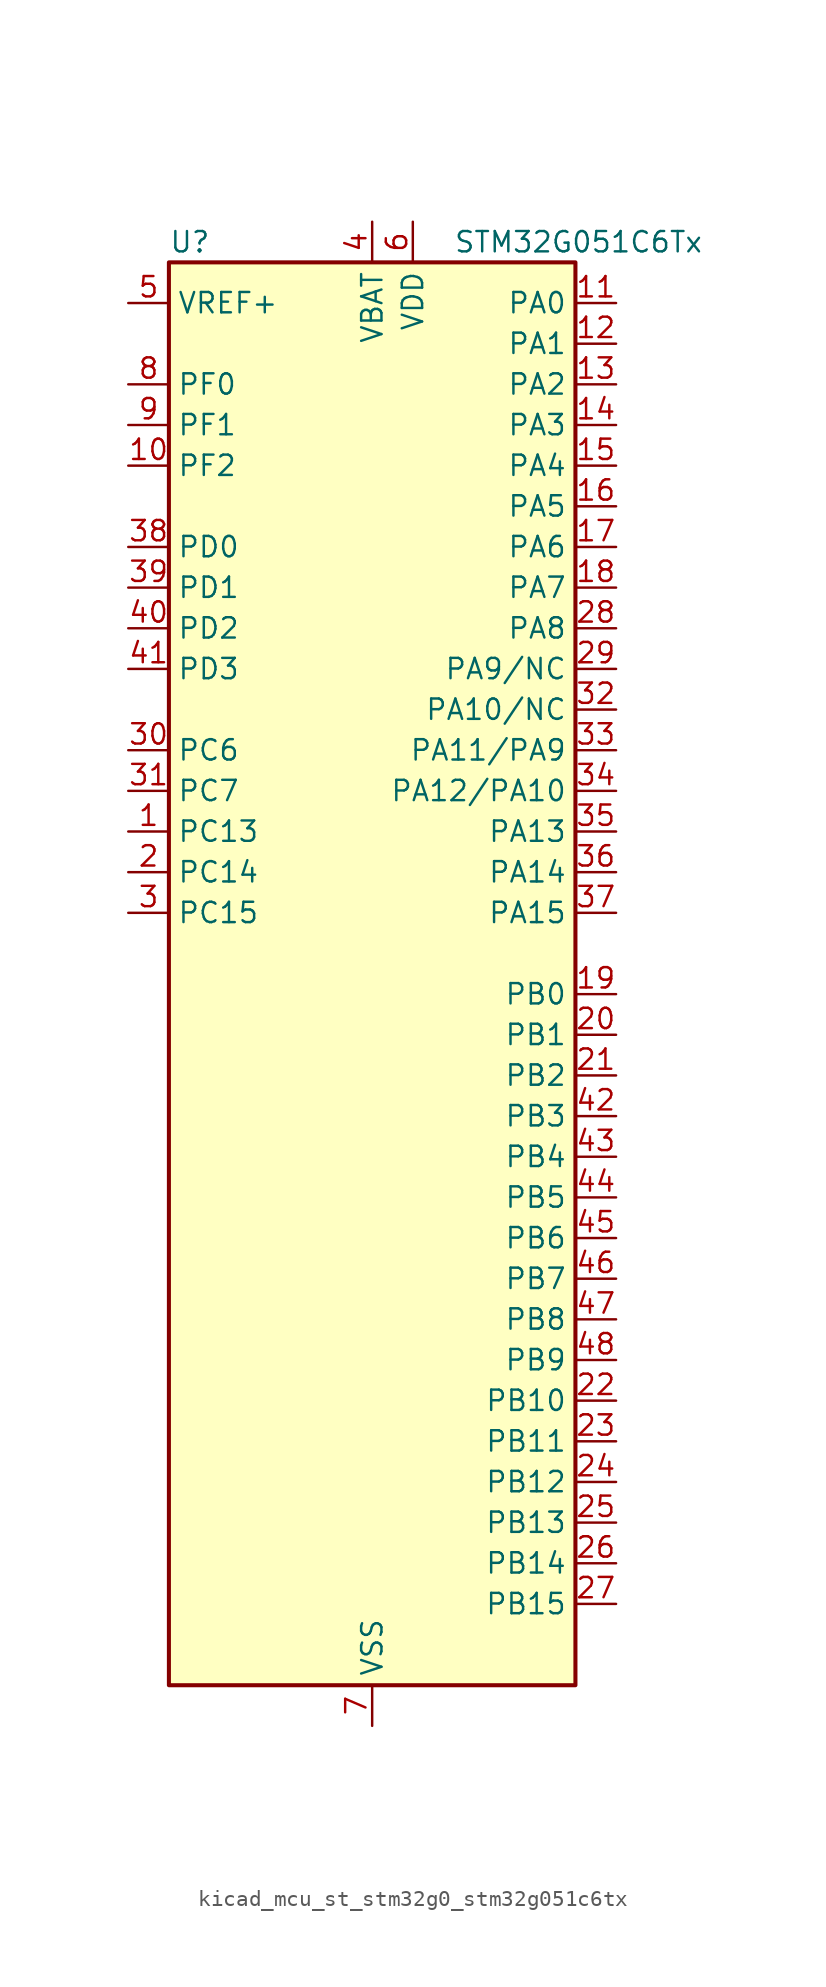
<source format=kicad_sym>
(kicad_symbol_lib
  (version 20220914)
  (generator kicad_symbol_editor)
  (symbol "kicad_mcu_st_stm32g0_stm32g051c6tx"
    (property "Reference" "U"
      (at -12.7 46.99 0)
      (effects (font (size 1.27 1.27)) (justify left)))
    (property "Value" "STM32G051C6Tx"
      (at 5.08 46.99 0)
      (effects (font (size 1.27 1.27)) (justify left)))
    (property "ki_locked" ""
      (at 0 0 0)
      (effects (font (size 1.27 1.27))))
    (symbol "kicad_mcu_st_stm32g0_stm32g051c6tx_0_1"
      (rectangle (start -12.7 -43.18) (end 12.7 45.72) (stroke (width 0.254) (type default)) (fill (type background))))
    (symbol "kicad_mcu_st_stm32g0_stm32g051c6tx_1_1"
      (pin bidirectional line (at -15.24 10.16 0) (length 2.54) (name "PC13" (effects (font (size 1.27 1.27)))) (number "1" (effects (font (size 1.27 1.27)))) (alternate "RTC_OUT1" bidirectional line) (alternate "RTC_TAMP_IN1" bidirectional line) (alternate "RTC_TS" bidirectional line) (alternate "SYS_WKUP2" bidirectional line) (alternate "TIM1_BK" bidirectional line))
      (pin bidirectional line (at -15.24 33.02 0) (length 2.54) (name "PF2" (effects (font (size 1.27 1.27)))) (number "10" (effects (font (size 1.27 1.27)))) (alternate "RCC_MCO" bidirectional line))
      (pin bidirectional line (at 15.24 43.18 180) (length 2.54) (name "PA0" (effects (font (size 1.27 1.27)))) (number "11" (effects (font (size 1.27 1.27)))) (alternate "ADC1_IN0" bidirectional line) (alternate "COMP1_INM" bidirectional line) (alternate "COMP1_OUT" bidirectional line) (alternate "LPTIM1_OUT" bidirectional line) (alternate "RTC_TAMP_IN2" bidirectional line) (alternate "SPI2_SCK" bidirectional line) (alternate "SYS_WKUP1" bidirectional line) (alternate "TIM2_CH1" bidirectional line) (alternate "TIM2_ETR" bidirectional line) (alternate "USART2_CTS" bidirectional line) (alternate "USART2_NSS" bidirectional line))
      (pin bidirectional line (at 15.24 40.64 180) (length 2.54) (name "PA1" (effects (font (size 1.27 1.27)))) (number "12" (effects (font (size 1.27 1.27)))) (alternate "ADC1_IN1" bidirectional line) (alternate "COMP1_INP" bidirectional line) (alternate "I2C1_SMBA" bidirectional line) (alternate "I2S1_CK" bidirectional line) (alternate "SPI1_SCK" bidirectional line) (alternate "TIM15_CH1N" bidirectional line) (alternate "TIM2_CH2" bidirectional line) (alternate "USART2_CK" bidirectional line) (alternate "USART2_DE" bidirectional line) (alternate "USART2_RTS" bidirectional line))
      (pin bidirectional line (at 15.24 38.1 180) (length 2.54) (name "PA2" (effects (font (size 1.27 1.27)))) (number "13" (effects (font (size 1.27 1.27)))) (alternate "ADC1_IN2" bidirectional line) (alternate "COMP2_INM" bidirectional line) (alternate "COMP2_OUT" bidirectional line) (alternate "I2S1_SD" bidirectional line) (alternate "LPUART1_TX" bidirectional line) (alternate "RCC_LSCO" bidirectional line) (alternate "SPI1_MOSI" bidirectional line) (alternate "SYS_WKUP4" bidirectional line) (alternate "TIM15_CH1" bidirectional line) (alternate "TIM2_CH3" bidirectional line) (alternate "USART2_TX" bidirectional line))
      (pin bidirectional line (at 15.24 35.56 180) (length 2.54) (name "PA3" (effects (font (size 1.27 1.27)))) (number "14" (effects (font (size 1.27 1.27)))) (alternate "ADC1_IN3" bidirectional line) (alternate "COMP2_INP" bidirectional line) (alternate "LPUART1_RX" bidirectional line) (alternate "SPI2_MISO" bidirectional line) (alternate "TIM15_CH2" bidirectional line) (alternate "TIM2_CH4" bidirectional line) (alternate "USART2_RX" bidirectional line))
      (pin bidirectional line (at 15.24 33.02 180) (length 2.54) (name "PA4" (effects (font (size 1.27 1.27)))) (number "15" (effects (font (size 1.27 1.27)))) (alternate "ADC1_IN4" bidirectional line) (alternate "DAC1_OUT1" bidirectional line) (alternate "I2S1_WS" bidirectional line) (alternate "LPTIM2_OUT" bidirectional line) (alternate "RTC_OUT2" bidirectional line) (alternate "SPI1_NSS" bidirectional line) (alternate "SPI2_MOSI" bidirectional line) (alternate "TIM14_CH1" bidirectional line))
      (pin bidirectional line (at 15.24 30.48 180) (length 2.54) (name "PA5" (effects (font (size 1.27 1.27)))) (number "16" (effects (font (size 1.27 1.27)))) (alternate "ADC1_IN5" bidirectional line) (alternate "DAC1_OUT2" bidirectional line) (alternate "I2S1_CK" bidirectional line) (alternate "LPTIM2_ETR" bidirectional line) (alternate "SPI1_SCK" bidirectional line) (alternate "TIM2_CH1" bidirectional line) (alternate "TIM2_ETR" bidirectional line))
      (pin bidirectional line (at 15.24 27.94 180) (length 2.54) (name "PA6" (effects (font (size 1.27 1.27)))) (number "17" (effects (font (size 1.27 1.27)))) (alternate "ADC1_IN6" bidirectional line) (alternate "COMP1_OUT" bidirectional line) (alternate "I2S1_MCK" bidirectional line) (alternate "LPUART1_CTS" bidirectional line) (alternate "SPI1_MISO" bidirectional line) (alternate "TIM16_CH1" bidirectional line) (alternate "TIM1_BK" bidirectional line) (alternate "TIM3_CH1" bidirectional line))
      (pin bidirectional line (at 15.24 25.4 180) (length 2.54) (name "PA7" (effects (font (size 1.27 1.27)))) (number "18" (effects (font (size 1.27 1.27)))) (alternate "ADC1_IN7" bidirectional line) (alternate "COMP2_OUT" bidirectional line) (alternate "I2S1_SD" bidirectional line) (alternate "SPI1_MOSI" bidirectional line) (alternate "TIM14_CH1" bidirectional line) (alternate "TIM17_CH1" bidirectional line) (alternate "TIM1_CH1N" bidirectional line) (alternate "TIM3_CH2" bidirectional line))
      (pin bidirectional line (at 15.24 0 180) (length 2.54) (name "PB0" (effects (font (size 1.27 1.27)))) (number "19" (effects (font (size 1.27 1.27)))) (alternate "ADC1_IN8" bidirectional line) (alternate "COMP1_OUT" bidirectional line) (alternate "I2S1_WS" bidirectional line) (alternate "LPTIM1_OUT" bidirectional line) (alternate "SPI1_NSS" bidirectional line) (alternate "TIM1_CH2N" bidirectional line) (alternate "TIM3_CH3" bidirectional line))
      (pin bidirectional line (at -15.24 7.62 0) (length 2.54) (name "PC14" (effects (font (size 1.27 1.27)))) (number "2" (effects (font (size 1.27 1.27)))) (alternate "RCC_OSC32_IN" bidirectional line) (alternate "TIM1_BK2" bidirectional line))
      (pin bidirectional line (at 15.24 -2.54 180) (length 2.54) (name "PB1" (effects (font (size 1.27 1.27)))) (number "20" (effects (font (size 1.27 1.27)))) (alternate "ADC1_IN9" bidirectional line) (alternate "COMP1_INM" bidirectional line) (alternate "LPTIM2_IN1" bidirectional line) (alternate "LPUART1_DE" bidirectional line) (alternate "LPUART1_RTS" bidirectional line) (alternate "TIM14_CH1" bidirectional line) (alternate "TIM1_CH3N" bidirectional line) (alternate "TIM3_CH4" bidirectional line))
      (pin bidirectional line (at 15.24 -5.08 180) (length 2.54) (name "PB2" (effects (font (size 1.27 1.27)))) (number "21" (effects (font (size 1.27 1.27)))) (alternate "ADC1_IN10" bidirectional line) (alternate "COMP1_INP" bidirectional line) (alternate "LPTIM1_OUT" bidirectional line) (alternate "SPI2_MISO" bidirectional line))
      (pin bidirectional line (at 15.24 -25.4 180) (length 2.54) (name "PB10" (effects (font (size 1.27 1.27)))) (number "22" (effects (font (size 1.27 1.27)))) (alternate "ADC1_IN11" bidirectional line) (alternate "COMP1_OUT" bidirectional line) (alternate "I2C2_SCL" bidirectional line) (alternate "LPUART1_RX" bidirectional line) (alternate "SPI2_SCK" bidirectional line) (alternate "TIM2_CH3" bidirectional line))
      (pin bidirectional line (at 15.24 -27.94 180) (length 2.54) (name "PB11" (effects (font (size 1.27 1.27)))) (number "23" (effects (font (size 1.27 1.27)))) (alternate "ADC1_EXTI11" bidirectional line) (alternate "ADC1_IN15" bidirectional line) (alternate "COMP2_OUT" bidirectional line) (alternate "I2C2_SDA" bidirectional line) (alternate "LPUART1_TX" bidirectional line) (alternate "SPI2_MOSI" bidirectional line) (alternate "TIM2_CH4" bidirectional line))
      (pin bidirectional line (at 15.24 -30.48 180) (length 2.54) (name "PB12" (effects (font (size 1.27 1.27)))) (number "24" (effects (font (size 1.27 1.27)))) (alternate "ADC1_IN16" bidirectional line) (alternate "LPUART1_DE" bidirectional line) (alternate "LPUART1_RTS" bidirectional line) (alternate "SPI2_NSS" bidirectional line) (alternate "TIM15_BK" bidirectional line) (alternate "TIM1_BK" bidirectional line))
      (pin bidirectional line (at 15.24 -33.02 180) (length 2.54) (name "PB13" (effects (font (size 1.27 1.27)))) (number "25" (effects (font (size 1.27 1.27)))) (alternate "I2C2_SCL" bidirectional line) (alternate "LPUART1_CTS" bidirectional line) (alternate "SPI2_SCK" bidirectional line) (alternate "TIM15_CH1N" bidirectional line) (alternate "TIM1_CH1N" bidirectional line))
      (pin bidirectional line (at 15.24 -35.56 180) (length 2.54) (name "PB14" (effects (font (size 1.27 1.27)))) (number "26" (effects (font (size 1.27 1.27)))) (alternate "I2C2_SDA" bidirectional line) (alternate "SPI2_MISO" bidirectional line) (alternate "TIM15_CH1" bidirectional line) (alternate "TIM1_CH2N" bidirectional line))
      (pin bidirectional line (at 15.24 -38.1 180) (length 2.54) (name "PB15" (effects (font (size 1.27 1.27)))) (number "27" (effects (font (size 1.27 1.27)))) (alternate "RTC_REFIN" bidirectional line) (alternate "SPI2_MOSI" bidirectional line) (alternate "TIM15_CH1N" bidirectional line) (alternate "TIM15_CH2" bidirectional line) (alternate "TIM1_CH3N" bidirectional line))
      (pin bidirectional line (at 15.24 22.86 180) (length 2.54) (name "PA8" (effects (font (size 1.27 1.27)))) (number "28" (effects (font (size 1.27 1.27)))) (alternate "LPTIM2_OUT" bidirectional line) (alternate "RCC_MCO" bidirectional line) (alternate "SPI2_NSS" bidirectional line) (alternate "TIM1_CH1" bidirectional line))
      (pin bidirectional line (at 15.24 20.32 180) (length 2.54) (name "PA9/NC" (effects (font (size 1.27 1.27)))) (number "29" (effects (font (size 1.27 1.27)))) (alternate "DAC1_EXTI9" bidirectional line) (alternate "I2C1_SCL" bidirectional line) (alternate "RCC_MCO" bidirectional line) (alternate "SPI2_MISO" bidirectional line) (alternate "TIM15_BK" bidirectional line) (alternate "TIM1_CH2" bidirectional line) (alternate "USART1_TX" bidirectional line))
      (pin bidirectional line (at -15.24 5.08 0) (length 2.54) (name "PC15" (effects (font (size 1.27 1.27)))) (number "3" (effects (font (size 1.27 1.27)))) (alternate "RCC_OSC32_EN" bidirectional line) (alternate "RCC_OSC32_OUT" bidirectional line) (alternate "RCC_OSC_EN" bidirectional line) (alternate "TIM15_BK" bidirectional line))
      (pin bidirectional line (at -15.24 15.24 0) (length 2.54) (name "PC6" (effects (font (size 1.27 1.27)))) (number "30" (effects (font (size 1.27 1.27)))) (alternate "TIM2_CH3" bidirectional line) (alternate "TIM3_CH1" bidirectional line))
      (pin bidirectional line (at -15.24 12.7 0) (length 2.54) (name "PC7" (effects (font (size 1.27 1.27)))) (number "31" (effects (font (size 1.27 1.27)))) (alternate "TIM2_CH4" bidirectional line) (alternate "TIM3_CH2" bidirectional line))
      (pin bidirectional line (at 15.24 17.78 180) (length 2.54) (name "PA10/NC" (effects (font (size 1.27 1.27)))) (number "32" (effects (font (size 1.27 1.27)))) (alternate "I2C1_SDA" bidirectional line) (alternate "SPI2_MOSI" bidirectional line) (alternate "TIM17_BK" bidirectional line) (alternate "TIM1_CH3" bidirectional line) (alternate "USART1_RX" bidirectional line))
      (pin bidirectional line (at 15.24 15.24 180) (length 2.54) (name "PA11/PA9" (effects (font (size 1.27 1.27)))) (number "33" (effects (font (size 1.27 1.27)))) (alternate "ADC1_EXTI11" bidirectional line) (alternate "COMP1_OUT" bidirectional line) (alternate "I2C2_SCL" bidirectional line) (alternate "I2S1_MCK" bidirectional line) (alternate "SPI1_MISO" bidirectional line) (alternate "TIM1_BK2" bidirectional line) (alternate "TIM1_CH4" bidirectional line) (alternate "USART1_CTS" bidirectional line) (alternate "USART1_NSS" bidirectional line))
      (pin bidirectional line (at 15.24 12.7 180) (length 2.54) (name "PA12/PA10" (effects (font (size 1.27 1.27)))) (number "34" (effects (font (size 1.27 1.27)))) (alternate "COMP2_OUT" bidirectional line) (alternate "I2C2_SDA" bidirectional line) (alternate "I2S1_SD" bidirectional line) (alternate "I2S_CKIN" bidirectional line) (alternate "SPI1_MOSI" bidirectional line) (alternate "TIM1_ETR" bidirectional line) (alternate "USART1_CK" bidirectional line) (alternate "USART1_DE" bidirectional line) (alternate "USART1_RTS" bidirectional line))
      (pin bidirectional line (at 15.24 10.16 180) (length 2.54) (name "PA13" (effects (font (size 1.27 1.27)))) (number "35" (effects (font (size 1.27 1.27)))) (alternate "ADC1_IN17" bidirectional line) (alternate "IR_OUT" bidirectional line) (alternate "SYS_SWDIO" bidirectional line))
      (pin bidirectional line (at 15.24 7.62 180) (length 2.54) (name "PA14" (effects (font (size 1.27 1.27)))) (number "36" (effects (font (size 1.27 1.27)))) (alternate "ADC1_IN18" bidirectional line) (alternate "SYS_SWCLK" bidirectional line) (alternate "USART2_TX" bidirectional line))
      (pin bidirectional line (at 15.24 5.08 180) (length 2.54) (name "PA15" (effects (font (size 1.27 1.27)))) (number "37" (effects (font (size 1.27 1.27)))) (alternate "I2S1_WS" bidirectional line) (alternate "SPI1_NSS" bidirectional line) (alternate "TIM2_CH1" bidirectional line) (alternate "TIM2_ETR" bidirectional line) (alternate "USART2_RX" bidirectional line))
      (pin bidirectional line (at -15.24 27.94 0) (length 2.54) (name "PD0" (effects (font (size 1.27 1.27)))) (number "38" (effects (font (size 1.27 1.27)))) (alternate "SPI2_NSS" bidirectional line) (alternate "TIM16_CH1" bidirectional line))
      (pin bidirectional line (at -15.24 25.4 0) (length 2.54) (name "PD1" (effects (font (size 1.27 1.27)))) (number "39" (effects (font (size 1.27 1.27)))) (alternate "SPI2_SCK" bidirectional line) (alternate "TIM17_CH1" bidirectional line))
      (pin power_in line (at 0 48.26 270) (length 2.54) (name "VBAT" (effects (font (size 1.27 1.27)))) (number "4" (effects (font (size 1.27 1.27)))))
      (pin bidirectional line (at -15.24 22.86 0) (length 2.54) (name "PD2" (effects (font (size 1.27 1.27)))) (number "40" (effects (font (size 1.27 1.27)))) (alternate "TIM1_CH1N" bidirectional line) (alternate "TIM3_ETR" bidirectional line))
      (pin bidirectional line (at -15.24 20.32 0) (length 2.54) (name "PD3" (effects (font (size 1.27 1.27)))) (number "41" (effects (font (size 1.27 1.27)))) (alternate "SPI2_MISO" bidirectional line) (alternate "TIM1_CH2N" bidirectional line) (alternate "USART2_CTS" bidirectional line) (alternate "USART2_NSS" bidirectional line))
      (pin bidirectional line (at 15.24 -7.62 180) (length 2.54) (name "PB3" (effects (font (size 1.27 1.27)))) (number "42" (effects (font (size 1.27 1.27)))) (alternate "COMP2_INM" bidirectional line) (alternate "I2S1_CK" bidirectional line) (alternate "SPI1_SCK" bidirectional line) (alternate "TIM1_CH2" bidirectional line) (alternate "TIM2_CH2" bidirectional line) (alternate "USART1_CK" bidirectional line) (alternate "USART1_DE" bidirectional line) (alternate "USART1_RTS" bidirectional line))
      (pin bidirectional line (at 15.24 -10.16 180) (length 2.54) (name "PB4" (effects (font (size 1.27 1.27)))) (number "43" (effects (font (size 1.27 1.27)))) (alternate "COMP2_INP" bidirectional line) (alternate "I2S1_MCK" bidirectional line) (alternate "SPI1_MISO" bidirectional line) (alternate "TIM17_BK" bidirectional line) (alternate "TIM3_CH1" bidirectional line) (alternate "USART1_CTS" bidirectional line) (alternate "USART1_NSS" bidirectional line))
      (pin bidirectional line (at 15.24 -12.7 180) (length 2.54) (name "PB5" (effects (font (size 1.27 1.27)))) (number "44" (effects (font (size 1.27 1.27)))) (alternate "COMP2_OUT" bidirectional line) (alternate "I2C1_SMBA" bidirectional line) (alternate "I2S1_SD" bidirectional line) (alternate "LPTIM1_IN1" bidirectional line) (alternate "SPI1_MOSI" bidirectional line) (alternate "SYS_WKUP6" bidirectional line) (alternate "TIM16_BK" bidirectional line) (alternate "TIM3_CH2" bidirectional line))
      (pin bidirectional line (at 15.24 -15.24 180) (length 2.54) (name "PB6" (effects (font (size 1.27 1.27)))) (number "45" (effects (font (size 1.27 1.27)))) (alternate "COMP2_INP" bidirectional line) (alternate "I2C1_SCL" bidirectional line) (alternate "LPTIM1_ETR" bidirectional line) (alternate "SPI2_MISO" bidirectional line) (alternate "TIM16_CH1N" bidirectional line) (alternate "TIM1_CH3" bidirectional line) (alternate "USART1_TX" bidirectional line))
      (pin bidirectional line (at 15.24 -17.78 180) (length 2.54) (name "PB7" (effects (font (size 1.27 1.27)))) (number "46" (effects (font (size 1.27 1.27)))) (alternate "COMP2_INM" bidirectional line) (alternate "I2C1_SDA" bidirectional line) (alternate "LPTIM1_IN2" bidirectional line) (alternate "SPI2_MOSI" bidirectional line) (alternate "SYS_PVD_IN" bidirectional line) (alternate "TIM17_CH1N" bidirectional line) (alternate "USART1_RX" bidirectional line))
      (pin bidirectional line (at 15.24 -20.32 180) (length 2.54) (name "PB8" (effects (font (size 1.27 1.27)))) (number "47" (effects (font (size 1.27 1.27)))) (alternate "I2C1_SCL" bidirectional line) (alternate "SPI2_SCK" bidirectional line) (alternate "TIM15_BK" bidirectional line) (alternate "TIM16_CH1" bidirectional line))
      (pin bidirectional line (at 15.24 -22.86 180) (length 2.54) (name "PB9" (effects (font (size 1.27 1.27)))) (number "48" (effects (font (size 1.27 1.27)))) (alternate "DAC1_EXTI9" bidirectional line) (alternate "I2C1_SDA" bidirectional line) (alternate "IR_OUT" bidirectional line) (alternate "SPI2_NSS" bidirectional line) (alternate "TIM17_CH1" bidirectional line))
      (pin input line (at -15.24 43.18 0) (length 2.54) (name "VREF+" (effects (font (size 1.27 1.27)))) (number "5" (effects (font (size 1.27 1.27)))) (alternate "VREFBUF_OUT" bidirectional line))
      (pin power_in line (at 2.54 48.26 270) (length 2.54) (name "VDD" (effects (font (size 1.27 1.27)))) (number "6" (effects (font (size 1.27 1.27)))))
      (pin power_in line (at 0 -45.72 90) (length 2.54) (name "VSS" (effects (font (size 1.27 1.27)))) (number "7" (effects (font (size 1.27 1.27)))))
      (pin bidirectional line (at -15.24 38.1 0) (length 2.54) (name "PF0" (effects (font (size 1.27 1.27)))) (number "8" (effects (font (size 1.27 1.27)))) (alternate "RCC_OSC_IN" bidirectional line) (alternate "TIM14_CH1" bidirectional line))
      (pin bidirectional line (at -15.24 35.56 0) (length 2.54) (name "PF1" (effects (font (size 1.27 1.27)))) (number "9" (effects (font (size 1.27 1.27)))) (alternate "RCC_OSC_EN" bidirectional line) (alternate "RCC_OSC_OUT" bidirectional line) (alternate "TIM15_CH1N" bidirectional line)))))
</source>
